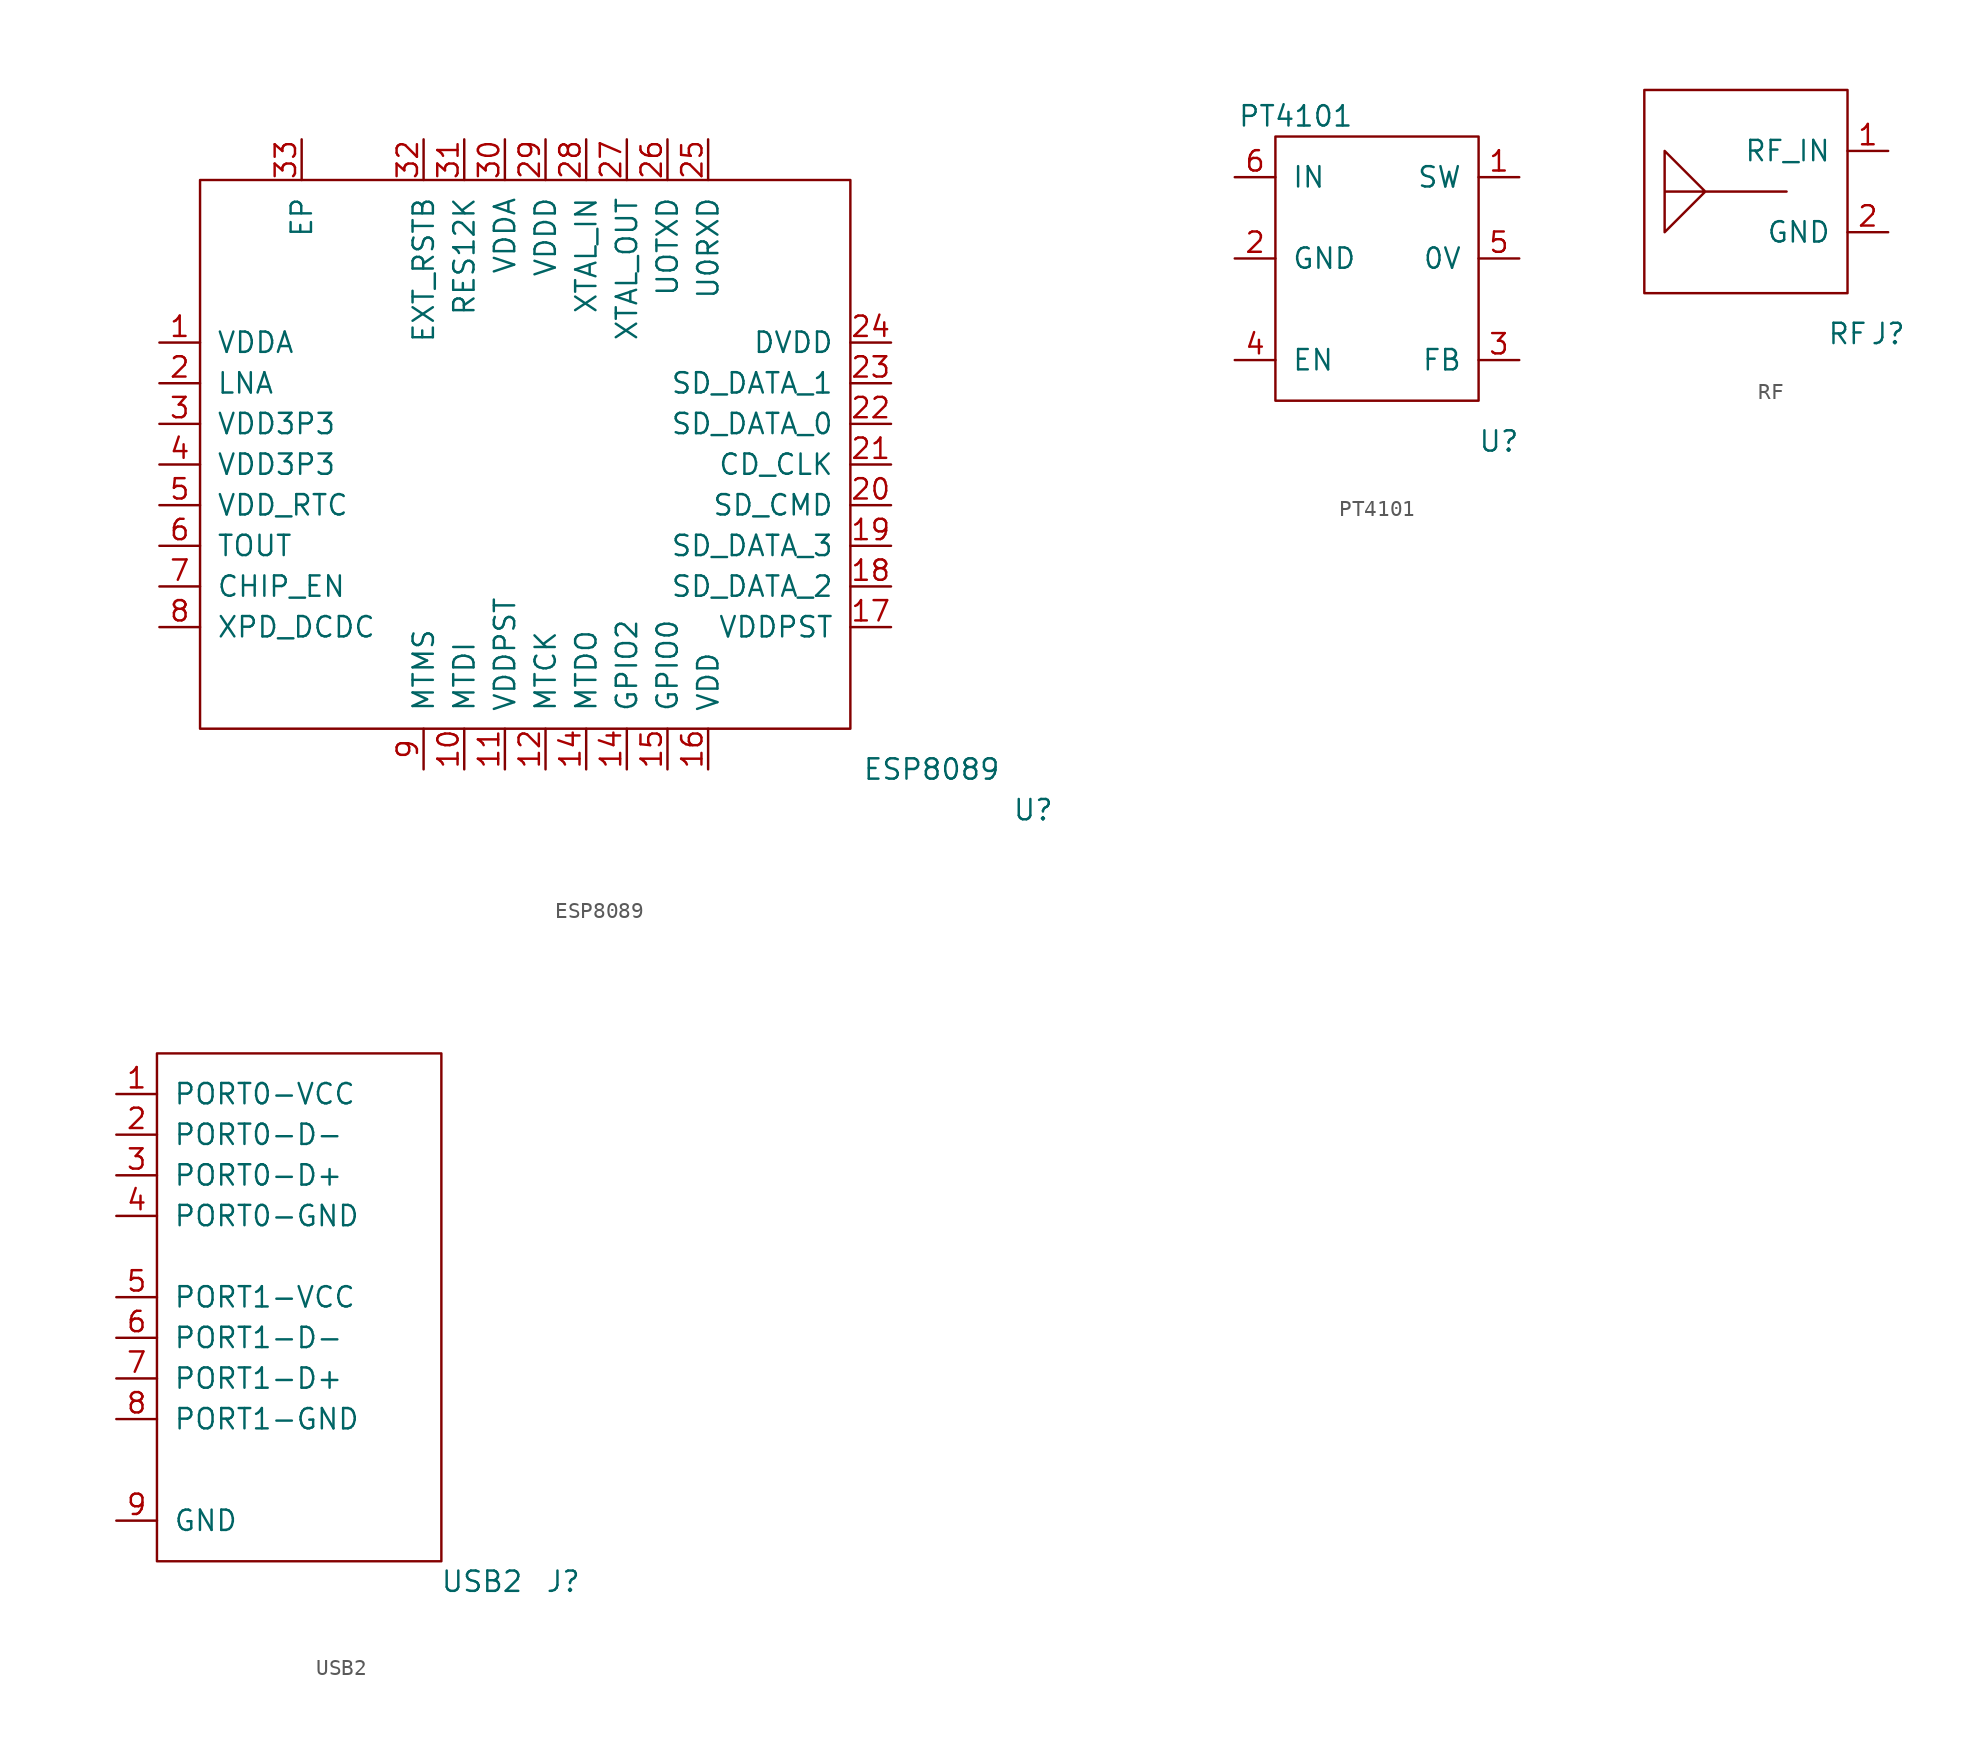
<source format=kicad_sym>
(kicad_symbol_lib
  (version 20201005)
  (generator kicad_symbol_editor)
  (symbol "ESP8089"
    (pin_names
      (offset 1.016))
    (property "Reference" "U"
      (at 48.26 -20.32 0)
      (effects (font (size 1.27 1.27))))
    (property "Value" "ESP8089"
      (at 41.91 -17.78 0)
      (effects (font (size 1.27 1.27))))
    (symbol "ESP8089_0_1"
      (rectangle (start -3.81 19.05) (end 36.83 -15.24) (stroke (width 0)) (fill (type none))))
    (symbol "ESP8089_1_1"
      (pin input line (at -6.35 8.89 0) (length 2.54) (name "VDDA" (effects (font (size 1.27 1.27)))) (number "1" (effects (font (size 1.27 1.27)))))
      (pin input line (at 12.7 -17.78 90) (length 2.54) (name "MTDI" (effects (font (size 1.27 1.27)))) (number "10" (effects (font (size 1.27 1.27)))))
      (pin input line (at 15.24 -17.78 90) (length 2.54) (name "VDDPST" (effects (font (size 1.27 1.27)))) (number "11" (effects (font (size 1.27 1.27)))))
      (pin input line (at 17.78 -17.78 90) (length 2.54) (name "MTCK" (effects (font (size 1.27 1.27)))) (number "12" (effects (font (size 1.27 1.27)))))
      (pin input line (at 22.86 -17.78 90) (length 2.54) (name "GPIO2" (effects (font (size 1.27 1.27)))) (number "14" (effects (font (size 1.27 1.27)))))
      (pin input line (at 20.32 -17.78 90) (length 2.54) (name "MTDO" (effects (font (size 1.27 1.27)))) (number "14" (effects (font (size 1.27 1.27)))))
      (pin input line (at 25.4 -17.78 90) (length 2.54) (name "GPIO0" (effects (font (size 1.27 1.27)))) (number "15" (effects (font (size 1.27 1.27)))))
      (pin input line (at 27.94 -17.78 90) (length 2.54) (name "VDD" (effects (font (size 1.27 1.27)))) (number "16" (effects (font (size 1.27 1.27)))))
      (pin input line (at 39.37 -8.89 180) (length 2.54) (name "VDDPST" (effects (font (size 1.27 1.27)))) (number "17" (effects (font (size 1.27 1.27)))))
      (pin input line (at 39.37 -6.35 180) (length 2.54) (name "SD_DATA_2" (effects (font (size 1.27 1.27)))) (number "18" (effects (font (size 1.27 1.27)))))
      (pin input line (at 39.37 -3.81 180) (length 2.54) (name "SD_DATA_3" (effects (font (size 1.27 1.27)))) (number "19" (effects (font (size 1.27 1.27)))))
      (pin input line (at -6.35 6.35 0) (length 2.54) (name "LNA" (effects (font (size 1.27 1.27)))) (number "2" (effects (font (size 1.27 1.27)))))
      (pin input line (at 39.37 -1.27 180) (length 2.54) (name "SD_CMD" (effects (font (size 1.27 1.27)))) (number "20" (effects (font (size 1.27 1.27)))))
      (pin input line (at 39.37 1.27 180) (length 2.54) (name "CD_CLK" (effects (font (size 1.27 1.27)))) (number "21" (effects (font (size 1.27 1.27)))))
      (pin input line (at 39.37 3.81 180) (length 2.54) (name "SD_DATA_0" (effects (font (size 1.27 1.27)))) (number "22" (effects (font (size 1.27 1.27)))))
      (pin input line (at 39.37 6.35 180) (length 2.54) (name "SD_DATA_1" (effects (font (size 1.27 1.27)))) (number "23" (effects (font (size 1.27 1.27)))))
      (pin input line (at 39.37 8.89 180) (length 2.54) (name "DVDD" (effects (font (size 1.27 1.27)))) (number "24" (effects (font (size 1.27 1.27)))))
      (pin input line (at 27.94 21.59 270) (length 2.54) (name "U0RXD" (effects (font (size 1.27 1.27)))) (number "25" (effects (font (size 1.27 1.27)))))
      (pin input line (at 25.4 21.59 270) (length 2.54) (name "UOTXD" (effects (font (size 1.27 1.27)))) (number "26" (effects (font (size 1.27 1.27)))))
      (pin input line (at 22.86 21.59 270) (length 2.54) (name "XTAL_OUT" (effects (font (size 1.27 1.27)))) (number "27" (effects (font (size 1.27 1.27)))))
      (pin input line (at 20.32 21.59 270) (length 2.54) (name "XTAL_IN" (effects (font (size 1.27 1.27)))) (number "28" (effects (font (size 1.27 1.27)))))
      (pin input line (at 17.78 21.59 270) (length 2.54) (name "VDDD" (effects (font (size 1.27 1.27)))) (number "29" (effects (font (size 1.27 1.27)))))
      (pin input line (at -6.35 3.81 0) (length 2.54) (name "VDD3P3" (effects (font (size 1.27 1.27)))) (number "3" (effects (font (size 1.27 1.27)))))
      (pin input line (at 15.24 21.59 270) (length 2.54) (name "VDDA" (effects (font (size 1.27 1.27)))) (number "30" (effects (font (size 1.27 1.27)))))
      (pin input line (at 12.7 21.59 270) (length 2.54) (name "RES12K" (effects (font (size 1.27 1.27)))) (number "31" (effects (font (size 1.27 1.27)))))
      (pin input line (at 10.16 21.59 270) (length 2.54) (name "EXT_RSTB" (effects (font (size 1.27 1.27)))) (number "32" (effects (font (size 1.27 1.27)))))
      (pin input line (at 2.54 21.59 270) (length 2.54) (name "EP" (effects (font (size 1.27 1.27)))) (number "33" (effects (font (size 1.27 1.27)))))
      (pin input line (at -6.35 1.27 0) (length 2.54) (name "VDD3P3" (effects (font (size 1.27 1.27)))) (number "4" (effects (font (size 1.27 1.27)))))
      (pin input line (at -6.35 -1.27 0) (length 2.54) (name "VDD_RTC" (effects (font (size 1.27 1.27)))) (number "5" (effects (font (size 1.27 1.27)))))
      (pin input line (at -6.35 -3.81 0) (length 2.54) (name "TOUT" (effects (font (size 1.27 1.27)))) (number "6" (effects (font (size 1.27 1.27)))))
      (pin input line (at -6.35 -6.35 0) (length 2.54) (name "CHIP_EN" (effects (font (size 1.27 1.27)))) (number "7" (effects (font (size 1.27 1.27)))))
      (pin input line (at -6.35 -8.89 0) (length 2.54) (name "XPD_DCDC" (effects (font (size 1.27 1.27)))) (number "8" (effects (font (size 1.27 1.27)))))
      (pin input line (at 10.16 -17.78 90) (length 2.54) (name "MTMS" (effects (font (size 1.27 1.27)))) (number "9" (effects (font (size 1.27 1.27)))))))
  (symbol "PT4101"
    (pin_names
      (offset 1.016))
    (property "Reference" "U"
      (at 6.35 -6.35 0)
      (effects (font (size 1.27 1.27))))
    (property "Value" "PT4101"
      (at -6.35 13.97 0)
      (effects (font (size 1.27 1.27))))
    (symbol "PT4101_0_1"
      (rectangle (start -7.62 12.7) (end 5.08 -3.81) (stroke (width 0)) (fill (type none))))
    (symbol "PT4101_1_1"
      (pin input line (at 7.62 10.16 180) (length 2.54) (name "SW" (effects (font (size 1.27 1.27)))) (number "1" (effects (font (size 1.27 1.27)))))
      (pin input line (at -10.16 5.08 0) (length 2.54) (name "GND" (effects (font (size 1.27 1.27)))) (number "2" (effects (font (size 1.27 1.27)))))
      (pin input line (at 7.62 -1.27 180) (length 2.54) (name "FB" (effects (font (size 1.27 1.27)))) (number "3" (effects (font (size 1.27 1.27)))))
      (pin input line (at -10.16 -1.27 0) (length 2.54) (name "EN" (effects (font (size 1.27 1.27)))) (number "4" (effects (font (size 1.27 1.27)))))
      (pin input line (at 7.62 5.08 180) (length 2.54) (name "0V" (effects (font (size 1.27 1.27)))) (number "5" (effects (font (size 1.27 1.27)))))
      (pin input line (at -10.16 10.16 0) (length 2.54) (name "IN" (effects (font (size 1.27 1.27)))) (number "6" (effects (font (size 1.27 1.27)))))))
  (symbol "RF"
    (pin_names
      (offset 1.016))
    (property "Reference" "J"
      (at 8.89 -8.89 0)
      (effects (font (size 1.27 1.27))))
    (property "Value" "RF"
      (at 6.35 -8.89 0)
      (effects (font (size 1.27 1.27))))
    (symbol "RF_0_1"
      (rectangle (start 6.35 6.35) (end -6.35 -6.35) (stroke (width 0)) (fill (type none)))
      (polyline (pts (xy 2.54 0) (xy -2.54 0) (xy -5.08 2.54) (xy -5.08 -2.54) (xy -2.54 0) (xy -5.08 0)) (stroke (width 0)) (fill (type none))))
    (symbol "RF_1_1"
      (pin input line (at 8.89 2.54 180) (length 2.54) (name "RF_IN" (effects (font (size 1.27 1.27)))) (number "1" (effects (font (size 1.27 1.27)))))
      (pin input line (at 8.89 -2.54 180) (length 2.54) (name "GND" (effects (font (size 1.27 1.27)))) (number "2" (effects (font (size 1.27 1.27)))))))
  (symbol "USB2"
    (pin_names
      (offset 1.016))
    (property "Reference" "J"
      (at 22.86 -25.4 0)
      (effects (font (size 1.27 1.27))))
    (property "Value" "USB2"
      (at 17.78 -25.4 0)
      (effects (font (size 1.27 1.27))))
    (symbol "USB2_0_1"
      (rectangle (start -2.54 7.62) (end 15.24 -24.13) (stroke (width 0)) (fill (type none))))
    (symbol "USB2_1_1"
      (pin input line (at -5.08 5.08 0) (length 2.54) (name "PORT0-VCC" (effects (font (size 1.27 1.27)))) (number "1" (effects (font (size 1.27 1.27)))))
      (pin input line (at -5.08 2.54 0) (length 2.54) (name "PORT0-D-" (effects (font (size 1.27 1.27)))) (number "2" (effects (font (size 1.27 1.27)))))
      (pin input line (at -5.08 0 0) (length 2.54) (name "PORT0-D+" (effects (font (size 1.27 1.27)))) (number "3" (effects (font (size 1.27 1.27)))))
      (pin input line (at -5.08 -2.54 0) (length 2.54) (name "PORT0-GND" (effects (font (size 1.27 1.27)))) (number "4" (effects (font (size 1.27 1.27)))))
      (pin input line (at -5.08 -7.62 0) (length 2.54) (name "PORT1-VCC" (effects (font (size 1.27 1.27)))) (number "5" (effects (font (size 1.27 1.27)))))
      (pin input line (at -5.08 -10.16 0) (length 2.54) (name "PORT1-D-" (effects (font (size 1.27 1.27)))) (number "6" (effects (font (size 1.27 1.27)))))
      (pin input line (at -5.08 -12.7 0) (length 2.54) (name "PORT1-D+" (effects (font (size 1.27 1.27)))) (number "7" (effects (font (size 1.27 1.27)))))
      (pin input line (at -5.08 -15.24 0) (length 2.54) (name "PORT1-GND" (effects (font (size 1.27 1.27)))) (number "8" (effects (font (size 1.27 1.27)))))
      (pin input line (at -5.08 -21.59 0) (length 2.54) (name "GND" (effects (font (size 1.27 1.27)))) (number "9" (effects (font (size 1.27 1.27))))))))
</source>
